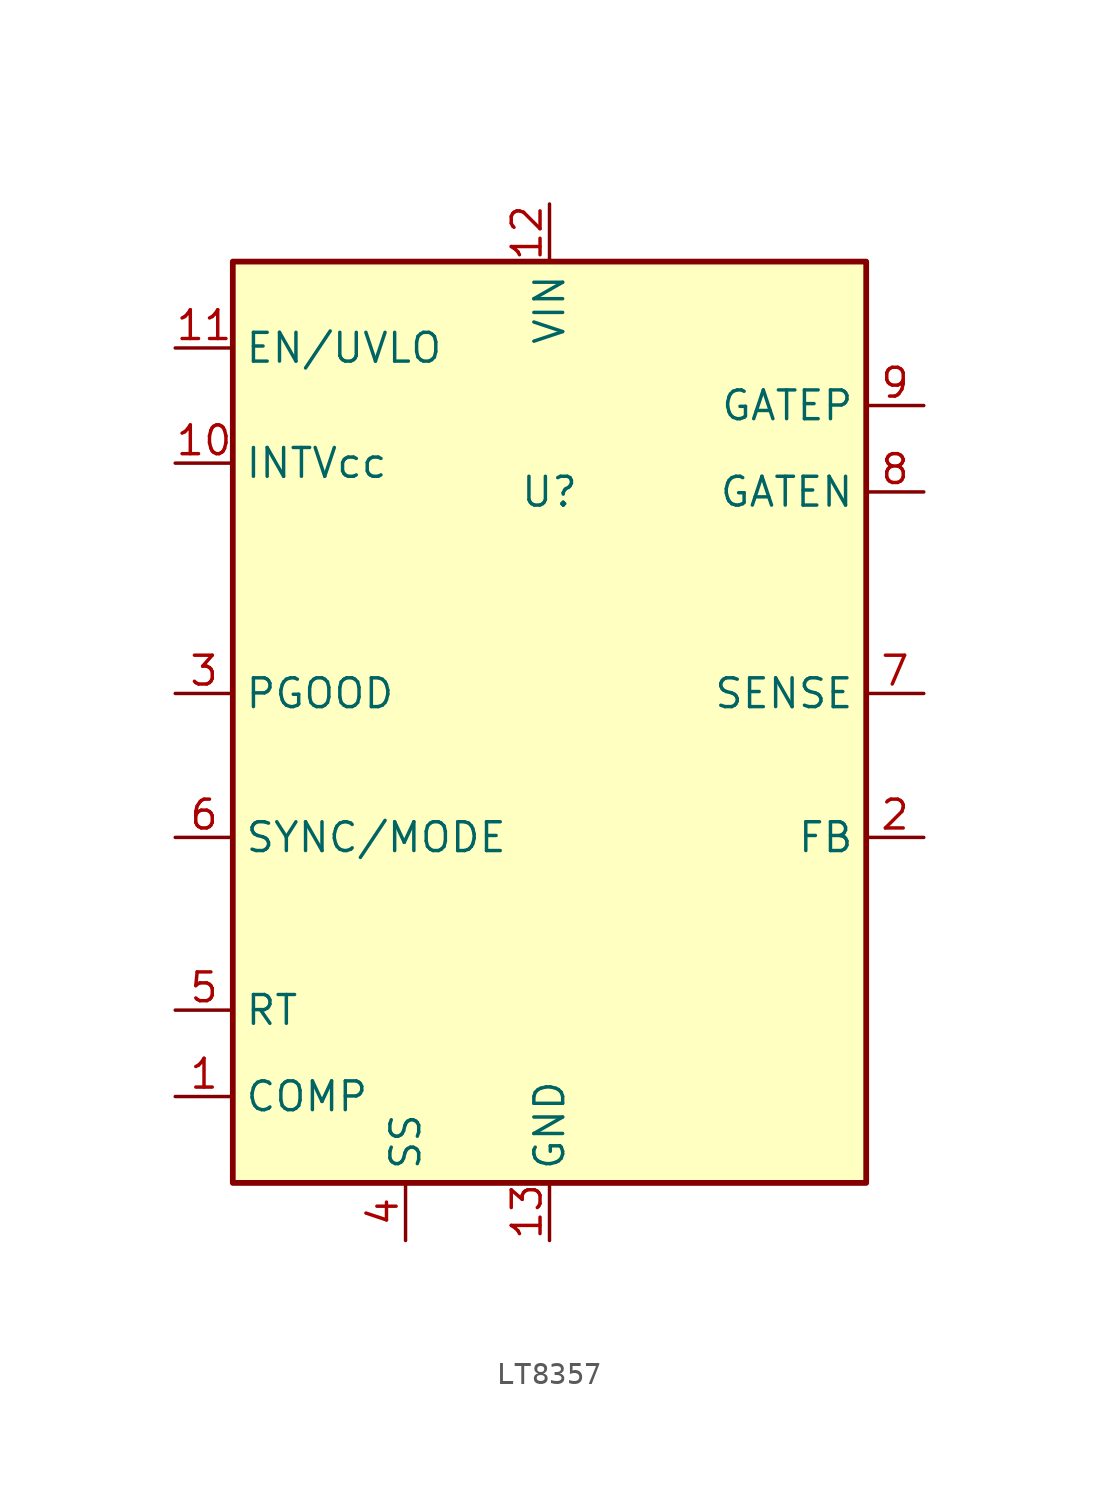
<source format=kicad_sym>
(kicad_symbol_lib
  (version 20231120)
  (generator "kicad_symbol_editor")
  (generator_version "8.0")
  (symbol "LT8357"
    (property "Reference" "U"
      (at 0 0 0)
      (effects (font (size 1.27 1.27))))
    (property "Value" ""
      (at 0 0 0)
      (effects (font (size 1.27 1.27))))
    (symbol "LT8357_0_1"
      (rectangle (start -13.97 10.16) (end 13.97 -30.48) (stroke (width 0.254) (type default)) (fill (type background))))
    (symbol "LT8357_1_1"
      (pin output line (at -16.51 -26.67 0) (length 2.54) (name "COMP" (effects (font (size 1.27 1.27)))) (number "1" (effects (font (size 1.27 1.27)))))
      (pin power_out line (at -16.51 1.27 0) (length 2.54) (name "INTVcc" (effects (font (size 1.27 1.27)))) (number "10" (effects (font (size 1.27 1.27)))))
      (pin input line (at -16.51 6.35 0) (length 2.54) (name "EN/UVLO" (effects (font (size 1.27 1.27)))) (number "11" (effects (font (size 1.27 1.27)))))
      (pin power_in line (at 0 12.7 270) (length 2.54) (name "VIN" (effects (font (size 1.27 1.27)))) (number "12" (effects (font (size 1.27 1.27)))))
      (pin power_in line (at 0 -33.02 90) (length 2.54) (name "GND" (effects (font (size 1.27 1.27)))) (number "13" (effects (font (size 1.27 1.27)))))
      (pin input line (at 16.51 -15.24 180) (length 2.54) (name "FB" (effects (font (size 1.27 1.27)))) (number "2" (effects (font (size 1.27 1.27)))))
      (pin output line (at -16.51 -8.89 0) (length 2.54) (name "PGOOD" (effects (font (size 1.27 1.27)))) (number "3" (effects (font (size 1.27 1.27)))))
      (pin output line (at -6.35 -33.02 90) (length 2.54) (name "SS" (effects (font (size 1.27 1.27)))) (number "4" (effects (font (size 1.27 1.27)))))
      (pin output line (at -16.51 -22.86 0) (length 2.54) (name "RT" (effects (font (size 1.27 1.27)))) (number "5" (effects (font (size 1.27 1.27)))))
      (pin output line (at -16.51 -15.24 0) (length 2.54) (name "SYNC/MODE" (effects (font (size 1.27 1.27)))) (number "6" (effects (font (size 1.27 1.27)))))
      (pin input line (at 16.51 -8.89 180) (length 2.54) (name "SENSE" (effects (font (size 1.27 1.27)))) (number "7" (effects (font (size 1.27 1.27)))))
      (pin input line (at 16.51 0 180) (length 2.54) (name "GATEN" (effects (font (size 1.27 1.27)))) (number "8" (effects (font (size 1.27 1.27)))))
      (pin output line (at 16.51 3.81 180) (length 2.54) (name "GATEP" (effects (font (size 1.27 1.27)))) (number "9" (effects (font (size 1.27 1.27))))))))
</source>
